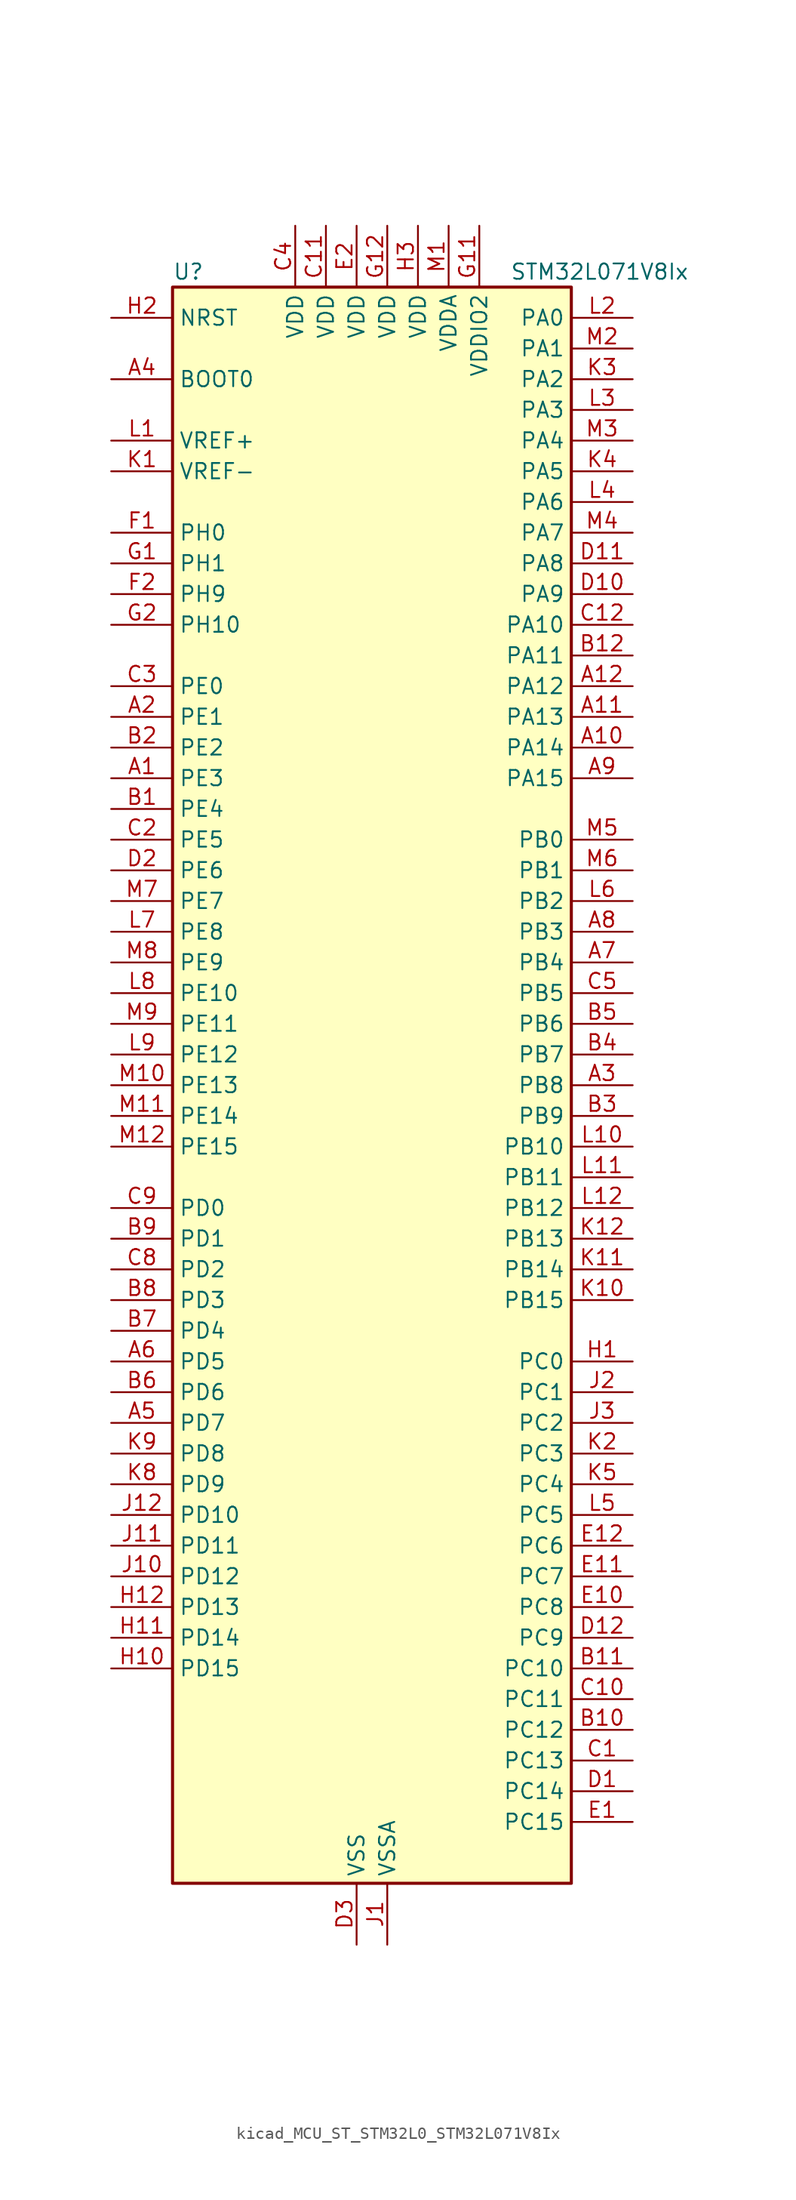
<source format=kicad_sym>
(kicad_symbol_lib
  (version 20220914)
  (generator kicad_symbol_editor)
  (symbol "kicad_MCU_ST_STM32L0_STM32L071V8Ix"
    (property "Reference" "U"
      (at -15.24 67.31 0)
      (effects (font (size 1.27 1.27)) (justify left)))
    (property "Value" "STM32L071V8Ix"
      (at 12.7 67.31 0)
      (effects (font (size 1.27 1.27)) (justify left)))
    (property "ki_locked" ""
      (at 0 0 0)
      (effects (font (size 1.27 1.27))))
    (symbol "kicad_MCU_ST_STM32L0_STM32L071V8Ix_0_1"
      (rectangle (start -15.24 -66.04) (end 17.78 66.04) (stroke (width 0.254) (type default)) (fill (type background))))
    (symbol "kicad_MCU_ST_STM32L0_STM32L071V8Ix_1_1"
      (pin bidirectional line (at -20.32 25.4 0) (length 5.08) (name "PE3" (effects (font (size 1.27 1.27)))) (number "A1" (effects (font (size 1.27 1.27)))) (alternate "TIM22_CH1" bidirectional line) (alternate "TIM3_CH1" bidirectional line))
      (pin bidirectional line (at 22.86 27.94 180) (length 5.08) (name "PA14" (effects (font (size 1.27 1.27)))) (number "A10" (effects (font (size 1.27 1.27)))) (alternate "LPUART1_TX" bidirectional line) (alternate "SYS_SWCLK" bidirectional line) (alternate "USART2_TX" bidirectional line))
      (pin bidirectional line (at 22.86 30.48 180) (length 5.08) (name "PA13" (effects (font (size 1.27 1.27)))) (number "A11" (effects (font (size 1.27 1.27)))) (alternate "LPUART1_RX" bidirectional line) (alternate "SYS_SWDIO" bidirectional line))
      (pin bidirectional line (at 22.86 33.02 180) (length 5.08) (name "PA12" (effects (font (size 1.27 1.27)))) (number "A12" (effects (font (size 1.27 1.27)))) (alternate "COMP2_OUT" bidirectional line) (alternate "SPI1_MOSI" bidirectional line) (alternate "USART1_DE" bidirectional line) (alternate "USART1_RTS" bidirectional line))
      (pin bidirectional line (at -20.32 30.48 0) (length 5.08) (name "PE1" (effects (font (size 1.27 1.27)))) (number "A2" (effects (font (size 1.27 1.27)))))
      (pin bidirectional line (at 22.86 0 180) (length 5.08) (name "PB8" (effects (font (size 1.27 1.27)))) (number "A3" (effects (font (size 1.27 1.27)))) (alternate "I2C1_SCL" bidirectional line))
      (pin input line (at -20.32 58.42 0) (length 5.08) (name "BOOT0" (effects (font (size 1.27 1.27)))) (number "A4" (effects (font (size 1.27 1.27)))))
      (pin bidirectional line (at -20.32 -27.94 0) (length 5.08) (name "PD7" (effects (font (size 1.27 1.27)))) (number "A5" (effects (font (size 1.27 1.27)))) (alternate "TIM21_CH2" bidirectional line) (alternate "USART2_CK" bidirectional line))
      (pin bidirectional line (at -20.32 -22.86 0) (length 5.08) (name "PD5" (effects (font (size 1.27 1.27)))) (number "A6" (effects (font (size 1.27 1.27)))) (alternate "USART2_TX" bidirectional line))
      (pin bidirectional line (at 22.86 10.16 180) (length 5.08) (name "PB4" (effects (font (size 1.27 1.27)))) (number "A7" (effects (font (size 1.27 1.27)))) (alternate "COMP2_INP" bidirectional line) (alternate "I2C3_SDA" bidirectional line) (alternate "SPI1_MISO" bidirectional line) (alternate "TIM22_CH1" bidirectional line) (alternate "TIM3_CH1" bidirectional line) (alternate "USART1_CTS" bidirectional line) (alternate "USART5_RX" bidirectional line))
      (pin bidirectional line (at 22.86 12.7 180) (length 5.08) (name "PB3" (effects (font (size 1.27 1.27)))) (number "A8" (effects (font (size 1.27 1.27)))) (alternate "COMP2_INM" bidirectional line) (alternate "SPI1_SCK" bidirectional line) (alternate "TIM2_CH2" bidirectional line) (alternate "USART1_DE" bidirectional line) (alternate "USART1_RTS" bidirectional line) (alternate "USART5_TX" bidirectional line))
      (pin bidirectional line (at 22.86 25.4 180) (length 5.08) (name "PA15" (effects (font (size 1.27 1.27)))) (number "A9" (effects (font (size 1.27 1.27)))) (alternate "SPI1_NSS" bidirectional line) (alternate "TIM2_CH1" bidirectional line) (alternate "TIM2_ETR" bidirectional line) (alternate "USART2_RX" bidirectional line) (alternate "USART4_DE" bidirectional line) (alternate "USART4_RTS" bidirectional line))
      (pin bidirectional line (at -20.32 22.86 0) (length 5.08) (name "PE4" (effects (font (size 1.27 1.27)))) (number "B1" (effects (font (size 1.27 1.27)))) (alternate "TIM22_CH2" bidirectional line) (alternate "TIM3_CH2" bidirectional line))
      (pin bidirectional line (at 22.86 -53.34 180) (length 5.08) (name "PC12" (effects (font (size 1.27 1.27)))) (number "B10" (effects (font (size 1.27 1.27)))) (alternate "USART4_CK" bidirectional line) (alternate "USART5_TX" bidirectional line))
      (pin bidirectional line (at 22.86 -48.26 180) (length 5.08) (name "PC10" (effects (font (size 1.27 1.27)))) (number "B11" (effects (font (size 1.27 1.27)))) (alternate "LPUART1_TX" bidirectional line) (alternate "USART4_TX" bidirectional line))
      (pin bidirectional line (at 22.86 35.56 180) (length 5.08) (name "PA11" (effects (font (size 1.27 1.27)))) (number "B12" (effects (font (size 1.27 1.27)))) (alternate "ADC_EXTI11" bidirectional line) (alternate "COMP1_OUT" bidirectional line) (alternate "SPI1_MISO" bidirectional line) (alternate "USART1_CTS" bidirectional line))
      (pin bidirectional line (at -20.32 27.94 0) (length 5.08) (name "PE2" (effects (font (size 1.27 1.27)))) (number "B2" (effects (font (size 1.27 1.27)))) (alternate "TIM3_ETR" bidirectional line))
      (pin bidirectional line (at 22.86 -2.54 180) (length 5.08) (name "PB9" (effects (font (size 1.27 1.27)))) (number "B3" (effects (font (size 1.27 1.27)))) (alternate "I2C1_SDA" bidirectional line) (alternate "I2S2_WS" bidirectional line) (alternate "SPI2_NSS" bidirectional line))
      (pin bidirectional line (at 22.86 2.54 180) (length 5.08) (name "PB7" (effects (font (size 1.27 1.27)))) (number "B4" (effects (font (size 1.27 1.27)))) (alternate "COMP2_INP" bidirectional line) (alternate "I2C1_SDA" bidirectional line) (alternate "LPTIM1_IN2" bidirectional line) (alternate "SYS_PVD_IN" bidirectional line) (alternate "USART1_RX" bidirectional line) (alternate "USART4_CTS" bidirectional line))
      (pin bidirectional line (at 22.86 5.08 180) (length 5.08) (name "PB6" (effects (font (size 1.27 1.27)))) (number "B5" (effects (font (size 1.27 1.27)))) (alternate "COMP2_INP" bidirectional line) (alternate "I2C1_SCL" bidirectional line) (alternate "LPTIM1_ETR" bidirectional line) (alternate "USART1_TX" bidirectional line))
      (pin bidirectional line (at -20.32 -25.4 0) (length 5.08) (name "PD6" (effects (font (size 1.27 1.27)))) (number "B6" (effects (font (size 1.27 1.27)))) (alternate "USART2_RX" bidirectional line))
      (pin bidirectional line (at -20.32 -20.32 0) (length 5.08) (name "PD4" (effects (font (size 1.27 1.27)))) (number "B7" (effects (font (size 1.27 1.27)))) (alternate "I2S2_SD" bidirectional line) (alternate "SPI2_MOSI" bidirectional line) (alternate "USART2_DE" bidirectional line) (alternate "USART2_RTS" bidirectional line))
      (pin bidirectional line (at -20.32 -17.78 0) (length 5.08) (name "PD3" (effects (font (size 1.27 1.27)))) (number "B8" (effects (font (size 1.27 1.27)))) (alternate "I2S2_MCK" bidirectional line) (alternate "SPI2_MISO" bidirectional line) (alternate "USART2_CTS" bidirectional line))
      (pin bidirectional line (at -20.32 -12.7 0) (length 5.08) (name "PD1" (effects (font (size 1.27 1.27)))) (number "B9" (effects (font (size 1.27 1.27)))) (alternate "I2S2_CK" bidirectional line) (alternate "SPI2_SCK" bidirectional line))
      (pin bidirectional line (at 22.86 -55.88 180) (length 5.08) (name "PC13" (effects (font (size 1.27 1.27)))) (number "C1" (effects (font (size 1.27 1.27)))) (alternate "RTC_OUT_ALARM" bidirectional line) (alternate "RTC_OUT_CALIB" bidirectional line) (alternate "RTC_TAMP1" bidirectional line) (alternate "RTC_TS" bidirectional line) (alternate "SYS_WKUP2" bidirectional line))
      (pin bidirectional line (at 22.86 -50.8 180) (length 5.08) (name "PC11" (effects (font (size 1.27 1.27)))) (number "C10" (effects (font (size 1.27 1.27)))) (alternate "ADC_EXTI11" bidirectional line) (alternate "LPUART1_RX" bidirectional line) (alternate "USART4_RX" bidirectional line))
      (pin power_in line (at -2.54 71.12 270) (length 5.08) (name "VDD" (effects (font (size 1.27 1.27)))) (number "C11" (effects (font (size 1.27 1.27)))))
      (pin bidirectional line (at 22.86 38.1 180) (length 5.08) (name "PA10" (effects (font (size 1.27 1.27)))) (number "C12" (effects (font (size 1.27 1.27)))) (alternate "I2C1_SDA" bidirectional line) (alternate "USART1_RX" bidirectional line))
      (pin bidirectional line (at -20.32 20.32 0) (length 5.08) (name "PE5" (effects (font (size 1.27 1.27)))) (number "C2" (effects (font (size 1.27 1.27)))) (alternate "TIM21_CH1" bidirectional line) (alternate "TIM3_CH3" bidirectional line))
      (pin bidirectional line (at -20.32 33.02 0) (length 5.08) (name "PE0" (effects (font (size 1.27 1.27)))) (number "C3" (effects (font (size 1.27 1.27)))))
      (pin power_in line (at -5.08 71.12 270) (length 5.08) (name "VDD" (effects (font (size 1.27 1.27)))) (number "C4" (effects (font (size 1.27 1.27)))))
      (pin bidirectional line (at 22.86 7.62 180) (length 5.08) (name "PB5" (effects (font (size 1.27 1.27)))) (number "C5" (effects (font (size 1.27 1.27)))) (alternate "COMP2_INP" bidirectional line) (alternate "I2C1_SMBA" bidirectional line) (alternate "LPTIM1_IN1" bidirectional line) (alternate "SPI1_MOSI" bidirectional line) (alternate "TIM22_CH2" bidirectional line) (alternate "TIM3_CH2" bidirectional line) (alternate "USART1_CK" bidirectional line) (alternate "USART5_CK" bidirectional line) (alternate "USART5_DE" bidirectional line) (alternate "USART5_RTS" bidirectional line))
      (pin bidirectional line (at -20.32 -15.24 0) (length 5.08) (name "PD2" (effects (font (size 1.27 1.27)))) (number "C8" (effects (font (size 1.27 1.27)))) (alternate "LPUART1_DE" bidirectional line) (alternate "LPUART1_RTS" bidirectional line) (alternate "TIM3_ETR" bidirectional line) (alternate "USART5_RX" bidirectional line))
      (pin bidirectional line (at -20.32 -10.16 0) (length 5.08) (name "PD0" (effects (font (size 1.27 1.27)))) (number "C9" (effects (font (size 1.27 1.27)))) (alternate "I2S2_WS" bidirectional line) (alternate "SPI2_NSS" bidirectional line) (alternate "TIM21_CH1" bidirectional line))
      (pin bidirectional line (at 22.86 -58.42 180) (length 5.08) (name "PC14" (effects (font (size 1.27 1.27)))) (number "D1" (effects (font (size 1.27 1.27)))) (alternate "RCC_OSC32_IN" bidirectional line))
      (pin bidirectional line (at 22.86 40.64 180) (length 5.08) (name "PA9" (effects (font (size 1.27 1.27)))) (number "D10" (effects (font (size 1.27 1.27)))) (alternate "I2C1_SCL" bidirectional line) (alternate "I2C3_SMBA" bidirectional line) (alternate "RCC_MCO" bidirectional line) (alternate "USART1_TX" bidirectional line))
      (pin bidirectional line (at 22.86 43.18 180) (length 5.08) (name "PA8" (effects (font (size 1.27 1.27)))) (number "D11" (effects (font (size 1.27 1.27)))) (alternate "I2C3_SCL" bidirectional line) (alternate "RCC_MCO" bidirectional line) (alternate "USART1_CK" bidirectional line))
      (pin bidirectional line (at 22.86 -45.72 180) (length 5.08) (name "PC9" (effects (font (size 1.27 1.27)))) (number "D12" (effects (font (size 1.27 1.27)))) (alternate "I2C3_SDA" bidirectional line) (alternate "TIM21_ETR" bidirectional line) (alternate "TIM3_CH4" bidirectional line))
      (pin bidirectional line (at -20.32 17.78 0) (length 5.08) (name "PE6" (effects (font (size 1.27 1.27)))) (number "D2" (effects (font (size 1.27 1.27)))) (alternate "RTC_TAMP3" bidirectional line) (alternate "SYS_WKUP3" bidirectional line) (alternate "TIM21_CH2" bidirectional line) (alternate "TIM3_CH4" bidirectional line))
      (pin power_in line (at 0 -71.12 90) (length 5.08) (name "VSS" (effects (font (size 1.27 1.27)))) (number "D3" (effects (font (size 1.27 1.27)))))
      (pin bidirectional line (at 22.86 -60.96 180) (length 5.08) (name "PC15" (effects (font (size 1.27 1.27)))) (number "E1" (effects (font (size 1.27 1.27)))) (alternate "RCC_OSC32_OUT" bidirectional line))
      (pin bidirectional line (at 22.86 -43.18 180) (length 5.08) (name "PC8" (effects (font (size 1.27 1.27)))) (number "E10" (effects (font (size 1.27 1.27)))) (alternate "TIM22_ETR" bidirectional line) (alternate "TIM3_CH3" bidirectional line))
      (pin bidirectional line (at 22.86 -40.64 180) (length 5.08) (name "PC7" (effects (font (size 1.27 1.27)))) (number "E11" (effects (font (size 1.27 1.27)))) (alternate "TIM22_CH2" bidirectional line) (alternate "TIM3_CH2" bidirectional line))
      (pin bidirectional line (at 22.86 -38.1 180) (length 5.08) (name "PC6" (effects (font (size 1.27 1.27)))) (number "E12" (effects (font (size 1.27 1.27)))) (alternate "TIM22_CH1" bidirectional line) (alternate "TIM3_CH1" bidirectional line))
      (pin power_in line (at 0 71.12 270) (length 5.08) (name "VDD" (effects (font (size 1.27 1.27)))) (number "E2" (effects (font (size 1.27 1.27)))))
      (pin passive line (at 0 -71.12 90) (length 5.08) hide (name "VSS" (effects (font (size 1.27 1.27)))) (number "E3" (effects (font (size 1.27 1.27)))))
      (pin bidirectional line (at -20.32 45.72 0) (length 5.08) (name "PH0" (effects (font (size 1.27 1.27)))) (number "F1" (effects (font (size 1.27 1.27)))) (alternate "RCC_OSC_IN" bidirectional line))
      (pin passive line (at 0 -71.12 90) (length 5.08) hide (name "VSS" (effects (font (size 1.27 1.27)))) (number "F11" (effects (font (size 1.27 1.27)))))
      (pin passive line (at 0 -71.12 90) (length 5.08) hide (name "VSS" (effects (font (size 1.27 1.27)))) (number "F12" (effects (font (size 1.27 1.27)))))
      (pin bidirectional line (at -20.32 40.64 0) (length 5.08) (name "PH9" (effects (font (size 1.27 1.27)))) (number "F2" (effects (font (size 1.27 1.27)))))
      (pin bidirectional line (at -20.32 43.18 0) (length 5.08) (name "PH1" (effects (font (size 1.27 1.27)))) (number "G1" (effects (font (size 1.27 1.27)))) (alternate "RCC_OSC_OUT" bidirectional line))
      (pin power_in line (at 10.16 71.12 270) (length 5.08) (name "VDDIO2" (effects (font (size 1.27 1.27)))) (number "G11" (effects (font (size 1.27 1.27)))))
      (pin power_in line (at 2.54 71.12 270) (length 5.08) (name "VDD" (effects (font (size 1.27 1.27)))) (number "G12" (effects (font (size 1.27 1.27)))))
      (pin bidirectional line (at -20.32 38.1 0) (length 5.08) (name "PH10" (effects (font (size 1.27 1.27)))) (number "G2" (effects (font (size 1.27 1.27)))))
      (pin bidirectional line (at 22.86 -22.86 180) (length 5.08) (name "PC0" (effects (font (size 1.27 1.27)))) (number "H1" (effects (font (size 1.27 1.27)))) (alternate "ADC_IN10" bidirectional line) (alternate "I2C3_SCL" bidirectional line) (alternate "LPTIM1_IN1" bidirectional line) (alternate "LPUART1_RX" bidirectional line))
      (pin bidirectional line (at -20.32 -48.26 0) (length 5.08) (name "PD15" (effects (font (size 1.27 1.27)))) (number "H10" (effects (font (size 1.27 1.27)))))
      (pin bidirectional line (at -20.32 -45.72 0) (length 5.08) (name "PD14" (effects (font (size 1.27 1.27)))) (number "H11" (effects (font (size 1.27 1.27)))))
      (pin bidirectional line (at -20.32 -43.18 0) (length 5.08) (name "PD13" (effects (font (size 1.27 1.27)))) (number "H12" (effects (font (size 1.27 1.27)))))
      (pin input line (at -20.32 63.5 0) (length 5.08) (name "NRST" (effects (font (size 1.27 1.27)))) (number "H2" (effects (font (size 1.27 1.27)))))
      (pin power_in line (at 5.08 71.12 270) (length 5.08) (name "VDD" (effects (font (size 1.27 1.27)))) (number "H3" (effects (font (size 1.27 1.27)))))
      (pin power_in line (at 2.54 -71.12 90) (length 5.08) (name "VSSA" (effects (font (size 1.27 1.27)))) (number "J1" (effects (font (size 1.27 1.27)))))
      (pin bidirectional line (at -20.32 -40.64 0) (length 5.08) (name "PD12" (effects (font (size 1.27 1.27)))) (number "J10" (effects (font (size 1.27 1.27)))) (alternate "LPUART1_DE" bidirectional line) (alternate "LPUART1_RTS" bidirectional line))
      (pin bidirectional line (at -20.32 -38.1 0) (length 5.08) (name "PD11" (effects (font (size 1.27 1.27)))) (number "J11" (effects (font (size 1.27 1.27)))) (alternate "ADC_EXTI11" bidirectional line) (alternate "LPUART1_CTS" bidirectional line))
      (pin bidirectional line (at -20.32 -35.56 0) (length 5.08) (name "PD10" (effects (font (size 1.27 1.27)))) (number "J12" (effects (font (size 1.27 1.27)))))
      (pin bidirectional line (at 22.86 -25.4 180) (length 5.08) (name "PC1" (effects (font (size 1.27 1.27)))) (number "J2" (effects (font (size 1.27 1.27)))) (alternate "ADC_IN11" bidirectional line) (alternate "I2C3_SDA" bidirectional line) (alternate "LPTIM1_OUT" bidirectional line) (alternate "LPUART1_TX" bidirectional line))
      (pin bidirectional line (at 22.86 -27.94 180) (length 5.08) (name "PC2" (effects (font (size 1.27 1.27)))) (number "J3" (effects (font (size 1.27 1.27)))) (alternate "ADC_IN12" bidirectional line) (alternate "I2S2_MCK" bidirectional line) (alternate "LPTIM1_IN2" bidirectional line) (alternate "SPI2_MISO" bidirectional line))
      (pin input line (at -20.32 50.8 0) (length 5.08) (name "VREF-" (effects (font (size 1.27 1.27)))) (number "K1" (effects (font (size 1.27 1.27)))))
      (pin bidirectional line (at 22.86 -17.78 180) (length 5.08) (name "PB15" (effects (font (size 1.27 1.27)))) (number "K10" (effects (font (size 1.27 1.27)))) (alternate "I2S2_SD" bidirectional line) (alternate "RTC_REFIN" bidirectional line) (alternate "SPI2_MOSI" bidirectional line))
      (pin bidirectional line (at 22.86 -15.24 180) (length 5.08) (name "PB14" (effects (font (size 1.27 1.27)))) (number "K11" (effects (font (size 1.27 1.27)))) (alternate "I2C2_SDA" bidirectional line) (alternate "I2S2_MCK" bidirectional line) (alternate "LPUART1_DE" bidirectional line) (alternate "LPUART1_RTS" bidirectional line) (alternate "RTC_OUT_ALARM" bidirectional line) (alternate "RTC_OUT_CALIB" bidirectional line) (alternate "SPI2_MISO" bidirectional line) (alternate "TIM21_CH2" bidirectional line))
      (pin bidirectional line (at 22.86 -12.7 180) (length 5.08) (name "PB13" (effects (font (size 1.27 1.27)))) (number "K12" (effects (font (size 1.27 1.27)))) (alternate "I2C2_SCL" bidirectional line) (alternate "I2S2_CK" bidirectional line) (alternate "LPUART1_CTS" bidirectional line) (alternate "RCC_MCO" bidirectional line) (alternate "SPI2_SCK" bidirectional line) (alternate "TIM21_CH1" bidirectional line))
      (pin bidirectional line (at 22.86 -30.48 180) (length 5.08) (name "PC3" (effects (font (size 1.27 1.27)))) (number "K2" (effects (font (size 1.27 1.27)))) (alternate "ADC_IN13" bidirectional line) (alternate "I2S2_SD" bidirectional line) (alternate "LPTIM1_ETR" bidirectional line) (alternate "SPI2_MOSI" bidirectional line))
      (pin bidirectional line (at 22.86 58.42 180) (length 5.08) (name "PA2" (effects (font (size 1.27 1.27)))) (number "K3" (effects (font (size 1.27 1.27)))) (alternate "ADC_IN2" bidirectional line) (alternate "COMP2_INM" bidirectional line) (alternate "COMP2_OUT" bidirectional line) (alternate "LPUART1_TX" bidirectional line) (alternate "TIM21_CH1" bidirectional line) (alternate "TIM2_CH3" bidirectional line) (alternate "USART2_TX" bidirectional line))
      (pin bidirectional line (at 22.86 50.8 180) (length 5.08) (name "PA5" (effects (font (size 1.27 1.27)))) (number "K4" (effects (font (size 1.27 1.27)))) (alternate "ADC_IN5" bidirectional line) (alternate "COMP1_INM" bidirectional line) (alternate "COMP2_INM" bidirectional line) (alternate "SPI1_SCK" bidirectional line) (alternate "TIM2_CH1" bidirectional line) (alternate "TIM2_ETR" bidirectional line))
      (pin bidirectional line (at 22.86 -33.02 180) (length 5.08) (name "PC4" (effects (font (size 1.27 1.27)))) (number "K5" (effects (font (size 1.27 1.27)))) (alternate "ADC_IN14" bidirectional line) (alternate "LPUART1_TX" bidirectional line))
      (pin bidirectional line (at -20.32 -33.02 0) (length 5.08) (name "PD9" (effects (font (size 1.27 1.27)))) (number "K8" (effects (font (size 1.27 1.27)))) (alternate "LPUART1_RX" bidirectional line))
      (pin bidirectional line (at -20.32 -30.48 0) (length 5.08) (name "PD8" (effects (font (size 1.27 1.27)))) (number "K9" (effects (font (size 1.27 1.27)))) (alternate "LPUART1_TX" bidirectional line))
      (pin input line (at -20.32 53.34 0) (length 5.08) (name "VREF+" (effects (font (size 1.27 1.27)))) (number "L1" (effects (font (size 1.27 1.27)))))
      (pin bidirectional line (at 22.86 -5.08 180) (length 5.08) (name "PB10" (effects (font (size 1.27 1.27)))) (number "L10" (effects (font (size 1.27 1.27)))) (alternate "I2C2_SCL" bidirectional line) (alternate "LPUART1_RX" bidirectional line) (alternate "LPUART1_TX" bidirectional line) (alternate "SPI2_SCK" bidirectional line) (alternate "TIM2_CH3" bidirectional line))
      (pin bidirectional line (at 22.86 -7.62 180) (length 5.08) (name "PB11" (effects (font (size 1.27 1.27)))) (number "L11" (effects (font (size 1.27 1.27)))) (alternate "ADC_EXTI11" bidirectional line) (alternate "I2C2_SDA" bidirectional line) (alternate "LPUART1_RX" bidirectional line) (alternate "LPUART1_TX" bidirectional line) (alternate "TIM2_CH4" bidirectional line))
      (pin bidirectional line (at 22.86 -10.16 180) (length 5.08) (name "PB12" (effects (font (size 1.27 1.27)))) (number "L12" (effects (font (size 1.27 1.27)))) (alternate "I2S2_WS" bidirectional line) (alternate "LPUART1_DE" bidirectional line) (alternate "LPUART1_RTS" bidirectional line) (alternate "SPI2_NSS" bidirectional line))
      (pin bidirectional line (at 22.86 63.5 180) (length 5.08) (name "PA0" (effects (font (size 1.27 1.27)))) (number "L2" (effects (font (size 1.27 1.27)))) (alternate "ADC_IN0" bidirectional line) (alternate "COMP1_INM" bidirectional line) (alternate "COMP1_OUT" bidirectional line) (alternate "RTC_TAMP2" bidirectional line) (alternate "SYS_WKUP1" bidirectional line) (alternate "TIM2_CH1" bidirectional line) (alternate "TIM2_ETR" bidirectional line) (alternate "USART2_CTS" bidirectional line) (alternate "USART4_TX" bidirectional line))
      (pin bidirectional line (at 22.86 55.88 180) (length 5.08) (name "PA3" (effects (font (size 1.27 1.27)))) (number "L3" (effects (font (size 1.27 1.27)))) (alternate "ADC_IN3" bidirectional line) (alternate "COMP2_INP" bidirectional line) (alternate "LPUART1_RX" bidirectional line) (alternate "TIM21_CH2" bidirectional line) (alternate "TIM2_CH4" bidirectional line) (alternate "USART2_RX" bidirectional line))
      (pin bidirectional line (at 22.86 48.26 180) (length 5.08) (name "PA6" (effects (font (size 1.27 1.27)))) (number "L4" (effects (font (size 1.27 1.27)))) (alternate "ADC_IN6" bidirectional line) (alternate "COMP1_OUT" bidirectional line) (alternate "LPUART1_CTS" bidirectional line) (alternate "SPI1_MISO" bidirectional line) (alternate "TIM22_CH1" bidirectional line) (alternate "TIM3_CH1" bidirectional line))
      (pin bidirectional line (at 22.86 -35.56 180) (length 5.08) (name "PC5" (effects (font (size 1.27 1.27)))) (number "L5" (effects (font (size 1.27 1.27)))) (alternate "ADC_IN15" bidirectional line) (alternate "LPUART1_RX" bidirectional line))
      (pin bidirectional line (at 22.86 15.24 180) (length 5.08) (name "PB2" (effects (font (size 1.27 1.27)))) (number "L6" (effects (font (size 1.27 1.27)))) (alternate "I2C3_SMBA" bidirectional line) (alternate "LPTIM1_OUT" bidirectional line))
      (pin bidirectional line (at -20.32 12.7 0) (length 5.08) (name "PE8" (effects (font (size 1.27 1.27)))) (number "L7" (effects (font (size 1.27 1.27)))) (alternate "USART4_TX" bidirectional line))
      (pin bidirectional line (at -20.32 7.62 0) (length 5.08) (name "PE10" (effects (font (size 1.27 1.27)))) (number "L8" (effects (font (size 1.27 1.27)))) (alternate "TIM2_CH2" bidirectional line) (alternate "USART5_TX" bidirectional line))
      (pin bidirectional line (at -20.32 2.54 0) (length 5.08) (name "PE12" (effects (font (size 1.27 1.27)))) (number "L9" (effects (font (size 1.27 1.27)))) (alternate "SPI1_NSS" bidirectional line) (alternate "TIM2_CH4" bidirectional line))
      (pin power_in line (at 7.62 71.12 270) (length 5.08) (name "VDDA" (effects (font (size 1.27 1.27)))) (number "M1" (effects (font (size 1.27 1.27)))))
      (pin bidirectional line (at -20.32 0 0) (length 5.08) (name "PE13" (effects (font (size 1.27 1.27)))) (number "M10" (effects (font (size 1.27 1.27)))) (alternate "SPI1_SCK" bidirectional line))
      (pin bidirectional line (at -20.32 -2.54 0) (length 5.08) (name "PE14" (effects (font (size 1.27 1.27)))) (number "M11" (effects (font (size 1.27 1.27)))) (alternate "SPI1_MISO" bidirectional line))
      (pin bidirectional line (at -20.32 -5.08 0) (length 5.08) (name "PE15" (effects (font (size 1.27 1.27)))) (number "M12" (effects (font (size 1.27 1.27)))) (alternate "SPI1_MOSI" bidirectional line))
      (pin bidirectional line (at 22.86 60.96 180) (length 5.08) (name "PA1" (effects (font (size 1.27 1.27)))) (number "M2" (effects (font (size 1.27 1.27)))) (alternate "ADC_IN1" bidirectional line) (alternate "COMP1_INP" bidirectional line) (alternate "TIM21_ETR" bidirectional line) (alternate "TIM2_CH2" bidirectional line) (alternate "USART2_DE" bidirectional line) (alternate "USART2_RTS" bidirectional line) (alternate "USART4_RX" bidirectional line))
      (pin bidirectional line (at 22.86 53.34 180) (length 5.08) (name "PA4" (effects (font (size 1.27 1.27)))) (number "M3" (effects (font (size 1.27 1.27)))) (alternate "ADC_IN4" bidirectional line) (alternate "COMP1_INM" bidirectional line) (alternate "COMP2_INM" bidirectional line) (alternate "SPI1_NSS" bidirectional line) (alternate "TIM22_ETR" bidirectional line) (alternate "USART2_CK" bidirectional line))
      (pin bidirectional line (at 22.86 45.72 180) (length 5.08) (name "PA7" (effects (font (size 1.27 1.27)))) (number "M4" (effects (font (size 1.27 1.27)))) (alternate "ADC_IN7" bidirectional line) (alternate "COMP2_OUT" bidirectional line) (alternate "SPI1_MOSI" bidirectional line) (alternate "TIM22_CH2" bidirectional line) (alternate "TIM3_CH2" bidirectional line))
      (pin bidirectional line (at 22.86 20.32 180) (length 5.08) (name "PB0" (effects (font (size 1.27 1.27)))) (number "M5" (effects (font (size 1.27 1.27)))) (alternate "ADC_IN8" bidirectional line) (alternate "SYS_VREF_OUT_PB0" bidirectional line) (alternate "TIM3_CH3" bidirectional line))
      (pin bidirectional line (at 22.86 17.78 180) (length 5.08) (name "PB1" (effects (font (size 1.27 1.27)))) (number "M6" (effects (font (size 1.27 1.27)))) (alternate "ADC_IN9" bidirectional line) (alternate "LPUART1_DE" bidirectional line) (alternate "LPUART1_RTS" bidirectional line) (alternate "SYS_VREF_OUT_PB1" bidirectional line) (alternate "TIM3_CH4" bidirectional line))
      (pin bidirectional line (at -20.32 15.24 0) (length 5.08) (name "PE7" (effects (font (size 1.27 1.27)))) (number "M7" (effects (font (size 1.27 1.27)))) (alternate "USART5_CK" bidirectional line) (alternate "USART5_DE" bidirectional line) (alternate "USART5_RTS" bidirectional line))
      (pin bidirectional line (at -20.32 10.16 0) (length 5.08) (name "PE9" (effects (font (size 1.27 1.27)))) (number "M8" (effects (font (size 1.27 1.27)))) (alternate "TIM2_CH1" bidirectional line) (alternate "TIM2_ETR" bidirectional line) (alternate "USART4_RX" bidirectional line))
      (pin bidirectional line (at -20.32 5.08 0) (length 5.08) (name "PE11" (effects (font (size 1.27 1.27)))) (number "M9" (effects (font (size 1.27 1.27)))) (alternate "ADC_EXTI11" bidirectional line) (alternate "TIM2_CH3" bidirectional line) (alternate "USART5_RX" bidirectional line)))))
</source>
